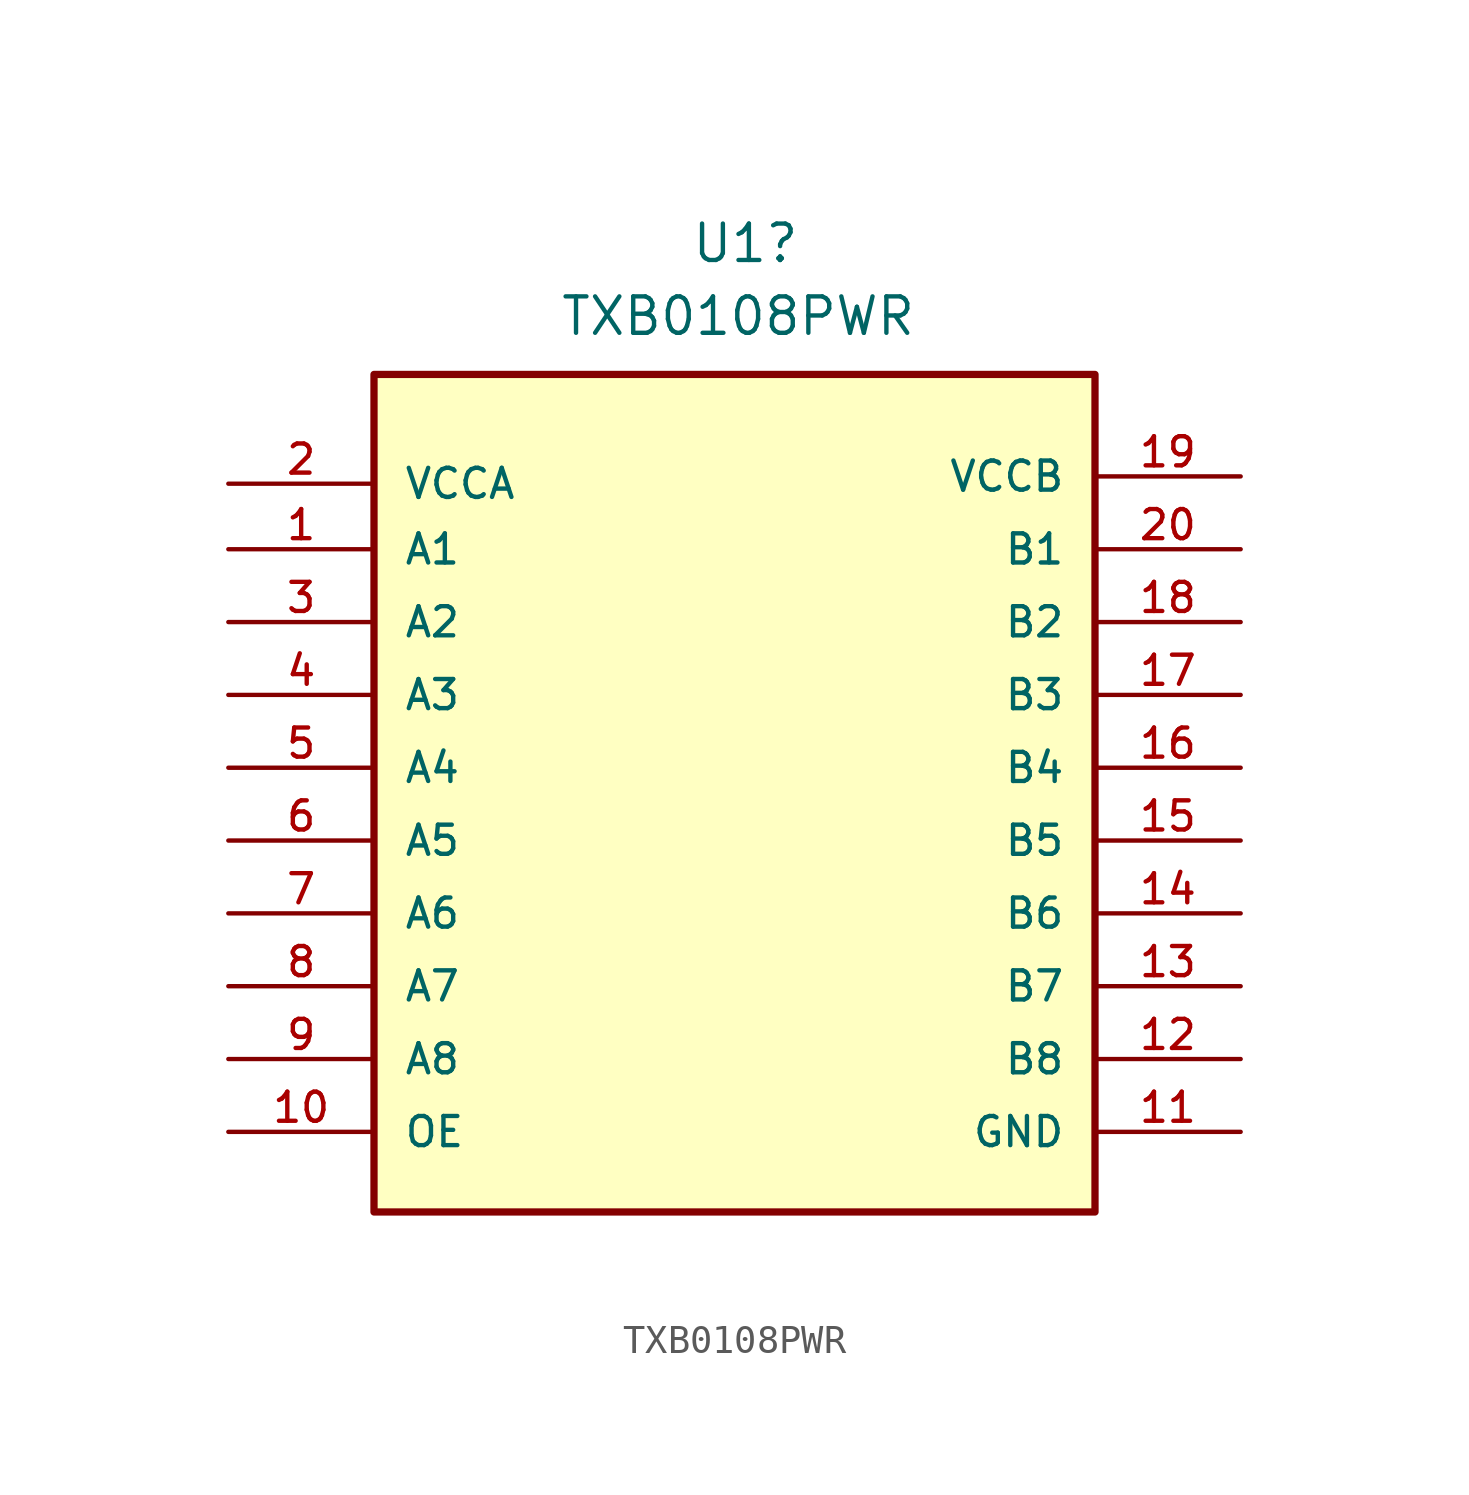
<source format=kicad_sym>
(kicad_symbol_lib
  (version 20211014)
  (generator kicad_symbol_editor)
  (symbol "TXB0108PWR"
    (pin_names
      (offset 1.016))
    (property "Reference" "U1"
      (at 0.254 18.288 0)
      (effects (font (size 1.27 1.27))))
    (property "Value" "TXB0108PWR"
      (at 0 15.748 0)
      (effects (font (size 1.27 1.27))))
    (symbol "TXB0108PWR_0_0"
      (rectangle (start -12.7 13.716) (end 12.446 -15.494) (stroke (width 0.254) (type default) (color 0 0 0 0)) (fill (type background)))
      (pin bidirectional line (at -17.78 7.62 0) (length 5.08) (name "A1" (effects (font (size 1.016 1.016)))) (number "1" (effects (font (size 1.016 1.016)))))
      (pin input line (at -17.78 -12.7 0) (length 5.08) (name "OE" (effects (font (size 1.016 1.016)))) (number "10" (effects (font (size 1.016 1.016)))))
      (pin power_in line (at 17.526 -12.7 180) (length 5.08) (name "GND" (effects (font (size 1.016 1.016)))) (number "11" (effects (font (size 1.016 1.016)))))
      (pin bidirectional line (at 17.526 -10.16 180) (length 5.08) (name "B8" (effects (font (size 1.016 1.016)))) (number "12" (effects (font (size 1.016 1.016)))))
      (pin bidirectional line (at 17.526 -7.62 180) (length 5.08) (name "B7" (effects (font (size 1.016 1.016)))) (number "13" (effects (font (size 1.016 1.016)))))
      (pin bidirectional line (at 17.526 -5.08 180) (length 5.08) (name "B6" (effects (font (size 1.016 1.016)))) (number "14" (effects (font (size 1.016 1.016)))))
      (pin bidirectional line (at 17.526 -2.54 180) (length 5.08) (name "B5" (effects (font (size 1.016 1.016)))) (number "15" (effects (font (size 1.016 1.016)))))
      (pin bidirectional line (at 17.526 0 180) (length 5.08) (name "B4" (effects (font (size 1.016 1.016)))) (number "16" (effects (font (size 1.016 1.016)))))
      (pin bidirectional line (at 17.526 2.54 180) (length 5.08) (name "B3" (effects (font (size 1.016 1.016)))) (number "17" (effects (font (size 1.016 1.016)))))
      (pin bidirectional line (at 17.526 5.08 180) (length 5.08) (name "B2" (effects (font (size 1.016 1.016)))) (number "18" (effects (font (size 1.016 1.016)))))
      (pin power_in line (at 17.526 10.16 180) (length 5.08) (name "VCCB" (effects (font (size 1.016 1.016)))) (number "19" (effects (font (size 1.016 1.016)))))
      (pin power_in line (at -17.78 9.906 0) (length 5.08) (name "VCCA" (effects (font (size 1.016 1.016)))) (number "2" (effects (font (size 1.016 1.016)))))
      (pin bidirectional line (at 17.526 7.62 180) (length 5.08) (name "B1" (effects (font (size 1.016 1.016)))) (number "20" (effects (font (size 1.016 1.016)))))
      (pin bidirectional line (at -17.78 5.08 0) (length 5.08) (name "A2" (effects (font (size 1.016 1.016)))) (number "3" (effects (font (size 1.016 1.016)))))
      (pin bidirectional line (at -17.78 2.54 0) (length 5.08) (name "A3" (effects (font (size 1.016 1.016)))) (number "4" (effects (font (size 1.016 1.016)))))
      (pin bidirectional line (at -17.78 0 0) (length 5.08) (name "A4" (effects (font (size 1.016 1.016)))) (number "5" (effects (font (size 1.016 1.016)))))
      (pin bidirectional line (at -17.78 -2.54 0) (length 5.08) (name "A5" (effects (font (size 1.016 1.016)))) (number "6" (effects (font (size 1.016 1.016)))))
      (pin bidirectional line (at -17.78 -5.08 0) (length 5.08) (name "A6" (effects (font (size 1.016 1.016)))) (number "7" (effects (font (size 1.016 1.016)))))
      (pin bidirectional line (at -17.78 -7.62 0) (length 5.08) (name "A7" (effects (font (size 1.016 1.016)))) (number "8" (effects (font (size 1.016 1.016)))))
      (pin bidirectional line (at -17.78 -10.16 0) (length 5.08) (name "A8" (effects (font (size 1.016 1.016)))) (number "9" (effects (font (size 1.016 1.016))))))))
</source>
